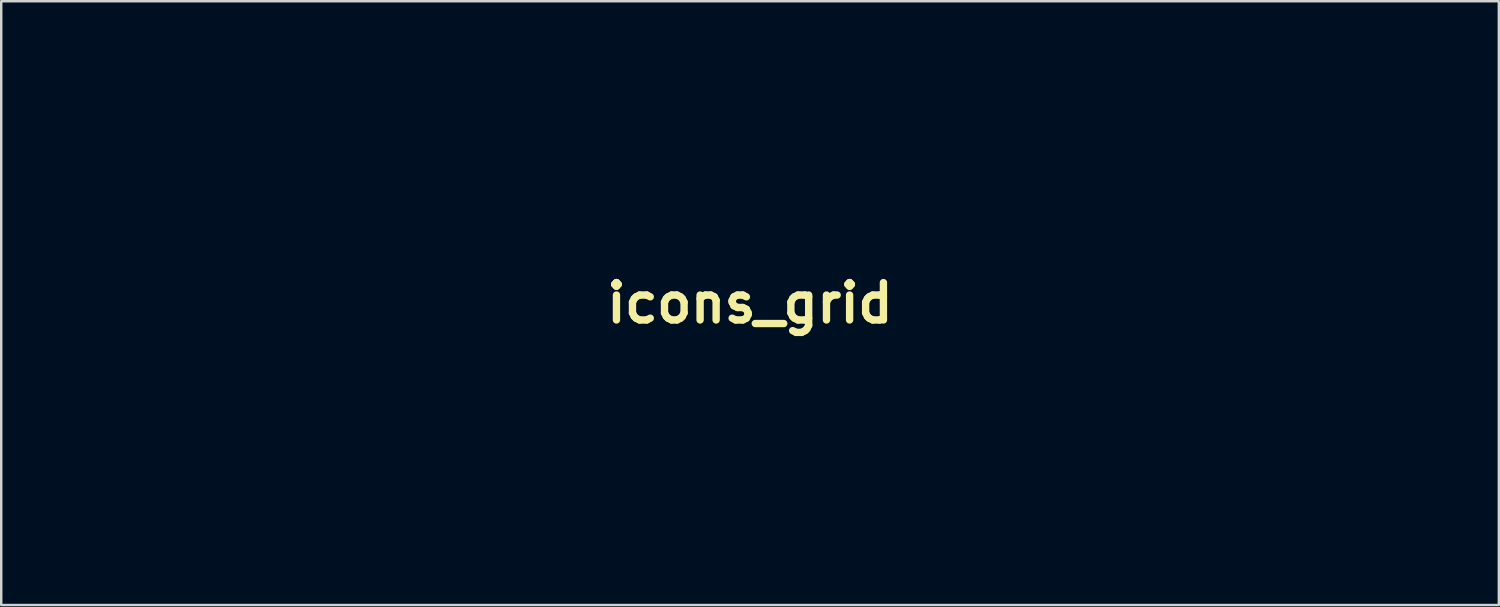
<source format=kicad_pcb>
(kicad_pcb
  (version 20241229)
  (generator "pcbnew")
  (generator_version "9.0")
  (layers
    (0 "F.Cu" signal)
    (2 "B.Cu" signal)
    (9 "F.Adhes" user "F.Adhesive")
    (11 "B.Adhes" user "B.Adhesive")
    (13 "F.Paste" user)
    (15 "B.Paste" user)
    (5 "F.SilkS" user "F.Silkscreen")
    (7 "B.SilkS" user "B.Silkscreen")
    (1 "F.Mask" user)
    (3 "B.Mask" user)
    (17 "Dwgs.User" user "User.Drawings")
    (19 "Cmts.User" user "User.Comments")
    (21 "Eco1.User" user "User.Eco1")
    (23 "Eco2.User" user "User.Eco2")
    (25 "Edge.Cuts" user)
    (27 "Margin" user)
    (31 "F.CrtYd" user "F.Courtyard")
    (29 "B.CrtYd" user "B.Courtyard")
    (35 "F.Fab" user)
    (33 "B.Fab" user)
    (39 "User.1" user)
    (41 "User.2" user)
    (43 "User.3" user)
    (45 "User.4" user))
  (footprint "icons_grid"
    (layer "F.Cu")
    (at 27.529 9.307)
    (property "Reference" "icons_grid" (at 0 0 0) (layer "F.SilkS") (effects (font (size 1.524 1.524) (thickness 0.3))))
    (attr through_hole)
    (fp_poly (pts (xy 11.102 -8.003) (xy 11.171 -7.987) (xy 11.2 -7.975) (xy 11.245 -7.95) (xy 11.287 -7.92) (xy 11.328 -7.881) (xy 11.368 -7.833) (xy 11.409 -7.774) (xy 11.453 -7.702) (xy 11.493 -7.629) (xy 11.562 -7.501) (xy 11.597 -7.495) (xy 11.626 -7.488) (xy 11.659 -7.475) (xy 11.674 -7.467) (xy 11.722 -7.433) (xy 11.757 -7.389) (xy 11.779 -7.339) (xy 11.789 -7.286) (xy 11.787 -7.231) (xy 11.772 -7.177) (xy 11.744 -7.128) (xy 11.703 -7.085) (xy 11.682 -7.069) (xy 11.663 -7.06) (xy 11.635 -7.049) (xy 11.611 -7.042) (xy 11.559 -7.028) (xy 11.496 -6.91) (xy 11.444 -6.818) (xy 11.396 -6.742) (xy 11.35 -6.679) (xy 11.306 -6.63) (xy 11.262 -6.592) (xy 11.222 -6.568) (xy 11.152 -6.541) (xy 11.073 -6.528) (xy 10.986 -6.529) (xy 10.923 -6.538) (xy 10.815 -6.567) (xy 10.715 -6.61) (xy 10.623 -6.666) (xy 10.54 -6.736) (xy 10.468 -6.816) (xy 10.407 -6.907) (xy 10.36 -7.008) (xy 10.333 -7.088) (xy 10.323 -7.145) (xy 10.316 -7.211) (xy 10.314 -7.28) (xy 10.317 -7.348) (xy 10.325 -7.408) (xy 10.329 -7.426) (xy 10.364 -7.535) (xy 10.412 -7.635) (xy 10.473 -7.725) (xy 10.546 -7.805) (xy 10.629 -7.873) (xy 10.721 -7.929) (xy 10.822 -7.97) (xy 10.929 -7.997) (xy 10.938 -7.999) (xy 11.023 -8.007) (xy 11.102 -8.003)) (stroke (width 0.01) (type solid)) (fill yes) (layer "F.Mask"))
    (fp_poly (pts (xy 14.854 -7.957) (xy 14.914 -7.943) (xy 14.97 -7.918) (xy 15.023 -7.881) (xy 15.074 -7.831) (xy 15.125 -7.768) (xy 15.177 -7.69) (xy 15.23 -7.597) (xy 15.247 -7.565) (xy 15.303 -7.458) (xy 15.349 -7.448) (xy 15.406 -7.429) (xy 15.454 -7.397) (xy 15.492 -7.357) (xy 15.519 -7.309) (xy 15.534 -7.257) (xy 15.536 -7.203) (xy 15.525 -7.149) (xy 15.5 -7.098) (xy 15.478 -7.07) (xy 15.429 -7.027) (xy 15.374 -7) (xy 15.342 -6.992) (xy 15.307 -6.986) (xy 15.242 -6.865) (xy 15.199 -6.787) (xy 15.16 -6.722) (xy 15.125 -6.669) (xy 15.092 -6.626) (xy 15.059 -6.59) (xy 15.024 -6.56) (xy 14.987 -6.534) (xy 14.934 -6.505) (xy 14.875 -6.488) (xy 14.809 -6.481) (xy 14.731 -6.484) (xy 14.727 -6.484) (xy 14.622 -6.502) (xy 14.522 -6.535) (xy 14.427 -6.582) (xy 14.34 -6.643) (xy 14.262 -6.714) (xy 14.194 -6.797) (xy 14.138 -6.888) (xy 14.096 -6.987) (xy 14.082 -7.031) (xy 14.072 -7.08) (xy 14.066 -7.139) (xy 14.063 -7.204) (xy 14.063 -7.269) (xy 14.067 -7.33) (xy 14.075 -7.381) (xy 14.079 -7.397) (xy 14.117 -7.505) (xy 14.168 -7.604) (xy 14.232 -7.693) (xy 14.307 -7.771) (xy 14.392 -7.837) (xy 14.486 -7.89) (xy 14.589 -7.929) (xy 14.697 -7.954) (xy 14.717 -7.956) (xy 14.789 -7.961) (xy 14.854 -7.957)) (stroke (width 0.01) (type solid)) (fill yes) (layer "F.Mask"))
    (fp_poly (pts (xy -26.729 -6.613) (xy -26.654 -6.593) (xy -26.586 -6.558) (xy -26.57 -6.547) (xy -26.536 -6.519) (xy -26.504 -6.488) (xy -26.473 -6.452) (xy -26.442 -6.408) (xy -26.408 -6.354) (xy -26.371 -6.289) (xy -26.335 -6.224) (xy -26.276 -6.113) (xy -26.24 -6.108) (xy -26.188 -6.093) (xy -26.139 -6.064) (xy -26.097 -6.024) (xy -26.064 -5.976) (xy -26.064 -5.976) (xy -26.05 -5.932) (xy -26.045 -5.88) (xy -26.05 -5.828) (xy -26.056 -5.806) (xy -26.079 -5.759) (xy -26.113 -5.717) (xy -26.155 -5.682) (xy -26.2 -5.66) (xy -26.204 -5.659) (xy -26.232 -5.651) (xy -26.255 -5.646) (xy -26.263 -5.645) (xy -26.274 -5.638) (xy -26.291 -5.615) (xy -26.312 -5.578) (xy -26.318 -5.567) (xy -26.366 -5.479) (xy -26.409 -5.405) (xy -26.449 -5.344) (xy -26.487 -5.295) (xy -26.511 -5.268) (xy -26.569 -5.214) (xy -26.629 -5.176) (xy -26.693 -5.151) (xy -26.764 -5.14) (xy -26.844 -5.141) (xy -26.891 -5.147) (xy -26.997 -5.17) (xy -27.097 -5.209) (xy -27.189 -5.261) (xy -27.272 -5.325) (xy -27.345 -5.399) (xy -27.408 -5.483) (xy -27.458 -5.575) (xy -27.495 -5.674) (xy -27.517 -5.778) (xy -27.524 -5.877) (xy -27.516 -5.986) (xy -27.493 -6.091) (xy -27.454 -6.19) (xy -27.403 -6.281) (xy -27.339 -6.365) (xy -27.264 -6.439) (xy -27.179 -6.502) (xy -27.085 -6.553) (xy -26.983 -6.591) (xy -26.903 -6.61) (xy -26.813 -6.619) (xy -26.729 -6.613)) (stroke (width 0.01) (type solid)) (fill yes) (layer "F.Mask"))
    (fp_poly (pts (xy 24.974 -9.293) (xy 25.029 -9.278) (xy 25.081 -9.253) (xy 25.129 -9.219) (xy 25.176 -9.173) (xy 25.223 -9.114) (xy 25.271 -9.041) (xy 25.322 -8.954) (xy 25.341 -8.918) (xy 25.363 -8.877) (xy 25.383 -8.843) (xy 25.399 -8.816) (xy 25.409 -8.801) (xy 25.412 -8.798) (xy 25.425 -8.794) (xy 25.448 -8.788) (xy 25.47 -8.781) (xy 25.521 -8.76) (xy 25.567 -8.725) (xy 25.604 -8.681) (xy 25.614 -8.663) (xy 25.627 -8.625) (xy 25.633 -8.579) (xy 25.632 -8.53) (xy 25.624 -8.485) (xy 25.614 -8.459) (xy 25.586 -8.419) (xy 25.548 -8.383) (xy 25.504 -8.354) (xy 25.458 -8.335) (xy 25.418 -8.328) (xy 25.408 -8.321) (xy 25.392 -8.298) (xy 25.371 -8.263) (xy 25.35 -8.222) (xy 25.295 -8.121) (xy 25.242 -8.036) (xy 25.189 -7.966) (xy 25.135 -7.911) (xy 25.079 -7.87) (xy 25.02 -7.841) (xy 24.956 -7.825) (xy 24.886 -7.82) (xy 24.81 -7.826) (xy 24.748 -7.837) (xy 24.642 -7.868) (xy 24.543 -7.914) (xy 24.452 -7.973) (xy 24.371 -8.046) (xy 24.3 -8.13) (xy 24.243 -8.223) (xy 24.199 -8.326) (xy 24.171 -8.432) (xy 24.159 -8.539) (xy 24.163 -8.646) (xy 24.184 -8.751) (xy 24.22 -8.853) (xy 24.272 -8.951) (xy 24.314 -9.012) (xy 24.384 -9.091) (xy 24.464 -9.159) (xy 24.553 -9.215) (xy 24.648 -9.257) (xy 24.747 -9.286) (xy 24.848 -9.3) (xy 24.914 -9.3) (xy 24.974 -9.293)) (stroke (width 0.01) (type solid)) (fill yes) (layer "F.Mask"))
    (fp_poly (pts (xy -0.859 -7.997) (xy -0.804 -7.98) (xy -0.753 -7.953) (xy -0.703 -7.916) (xy -0.655 -7.867) (xy -0.607 -7.804) (xy -0.558 -7.728) (xy -0.506 -7.636) (xy -0.486 -7.597) (xy -0.462 -7.553) (xy -0.443 -7.521) (xy -0.429 -7.503) (xy -0.423 -7.499) (xy -0.387 -7.493) (xy -0.346 -7.478) (xy -0.306 -7.456) (xy -0.282 -7.437) (xy -0.24 -7.389) (xy -0.214 -7.335) (xy -0.203 -7.279) (xy -0.208 -7.222) (xy -0.228 -7.167) (xy -0.264 -7.115) (xy -0.275 -7.104) (xy -0.317 -7.071) (xy -0.363 -7.047) (xy -0.409 -7.034) (xy -0.423 -7.033) (xy -0.432 -7.026) (xy -0.448 -7.004) (xy -0.469 -6.968) (xy -0.494 -6.921) (xy -0.545 -6.828) (xy -0.594 -6.75) (xy -0.64 -6.686) (xy -0.685 -6.635) (xy -0.73 -6.595) (xy -0.762 -6.574) (xy -0.822 -6.548) (xy -0.893 -6.532) (xy -0.97 -6.526) (xy -1.05 -6.533) (xy -1.059 -6.534) (xy -1.162 -6.559) (xy -1.261 -6.599) (xy -1.353 -6.652) (xy -1.355 -6.653) (xy -1.407 -6.691) (xy -1.451 -6.729) (xy -1.492 -6.772) (xy -1.525 -6.812) (xy -1.586 -6.902) (xy -1.632 -6.998) (xy -1.664 -7.099) (xy -1.68 -7.203) (xy -1.682 -7.308) (xy -1.669 -7.412) (xy -1.64 -7.514) (xy -1.597 -7.612) (xy -1.54 -7.702) (xy -1.469 -7.785) (xy -1.388 -7.856) (xy -1.299 -7.915) (xy -1.203 -7.96) (xy -1.104 -7.99) (xy -1.001 -8.005) (xy -0.919 -8.005) (xy -0.859 -7.997)) (stroke (width 0.01) (type solid)) (fill yes) (layer "F.Mask"))
    (fp_poly (pts (xy 0.961 -9.298) (xy 1.018 -9.285) (xy 1.071 -9.264) (xy 1.122 -9.231) (xy 1.17 -9.187) (xy 1.219 -9.13) (xy 1.268 -9.059) (xy 1.319 -8.974) (xy 1.358 -8.903) (xy 1.414 -8.796) (xy 1.45 -8.79) (xy 1.504 -8.774) (xy 1.554 -8.744) (xy 1.596 -8.702) (xy 1.627 -8.652) (xy 1.63 -8.646) (xy 1.639 -8.611) (xy 1.643 -8.566) (xy 1.64 -8.522) (xy 1.632 -8.483) (xy 1.63 -8.477) (xy 1.6 -8.425) (xy 1.557 -8.382) (xy 1.506 -8.35) (xy 1.45 -8.333) (xy 1.45 -8.333) (xy 1.414 -8.327) (xy 1.358 -8.22) (xy 1.316 -8.144) (xy 1.28 -8.081) (xy 1.246 -8.03) (xy 1.214 -7.987) (xy 1.182 -7.95) (xy 1.161 -7.929) (xy 1.105 -7.882) (xy 1.051 -7.85) (xy 0.993 -7.831) (xy 0.927 -7.822) (xy 0.889 -7.822) (xy 0.847 -7.824) (xy 0.803 -7.828) (xy 0.77 -7.833) (xy 0.663 -7.864) (xy 0.563 -7.909) (xy 0.471 -7.967) (xy 0.389 -8.037) (xy 0.318 -8.117) (xy 0.259 -8.208) (xy 0.213 -8.306) (xy 0.182 -8.412) (xy 0.182 -8.415) (xy 0.174 -8.464) (xy 0.171 -8.523) (xy 0.17 -8.586) (xy 0.173 -8.647) (xy 0.179 -8.699) (xy 0.181 -8.71) (xy 0.211 -8.812) (xy 0.256 -8.909) (xy 0.313 -8.997) (xy 0.381 -9.077) (xy 0.46 -9.147) (xy 0.546 -9.205) (xy 0.64 -9.25) (xy 0.739 -9.282) (xy 0.842 -9.299) (xy 0.899 -9.302) (xy 0.961 -9.298)) (stroke (width 0.01) (type solid)) (fill yes) (layer "F.Mask"))
    (fp_poly (pts (xy 21.223 -6.617) (xy 21.28 -6.609) (xy 21.333 -6.594) (xy 21.382 -6.57) (xy 21.429 -6.536) (xy 21.475 -6.491) (xy 21.522 -6.433) (xy 21.569 -6.362) (xy 21.619 -6.277) (xy 21.652 -6.217) (xy 21.674 -6.176) (xy 21.689 -6.148) (xy 21.701 -6.13) (xy 21.712 -6.119) (xy 21.722 -6.114) (xy 21.736 -6.11) (xy 21.742 -6.109) (xy 21.798 -6.092) (xy 21.85 -6.06) (xy 21.892 -6.017) (xy 21.923 -5.966) (xy 21.927 -5.956) (xy 21.937 -5.911) (xy 21.937 -5.86) (xy 21.928 -5.811) (xy 21.918 -5.785) (xy 21.891 -5.742) (xy 21.854 -5.704) (xy 21.809 -5.674) (xy 21.763 -5.653) (xy 21.719 -5.645) (xy 21.709 -5.638) (xy 21.693 -5.616) (xy 21.673 -5.581) (xy 21.651 -5.542) (xy 21.597 -5.443) (xy 21.545 -5.359) (xy 21.494 -5.291) (xy 21.443 -5.236) (xy 21.391 -5.195) (xy 21.336 -5.166) (xy 21.277 -5.147) (xy 21.213 -5.14) (xy 21.143 -5.142) (xy 21.096 -5.147) (xy 20.991 -5.17) (xy 20.892 -5.208) (xy 20.8 -5.259) (xy 20.718 -5.321) (xy 20.645 -5.394) (xy 20.582 -5.475) (xy 20.531 -5.564) (xy 20.493 -5.66) (xy 20.469 -5.76) (xy 20.459 -5.863) (xy 20.464 -5.969) (xy 20.469 -6) (xy 20.495 -6.104) (xy 20.535 -6.202) (xy 20.588 -6.292) (xy 20.652 -6.374) (xy 20.727 -6.445) (xy 20.809 -6.506) (xy 20.899 -6.555) (xy 20.994 -6.591) (xy 21.094 -6.612) (xy 21.197 -6.618) (xy 21.223 -6.617)) (stroke (width 0.01) (type solid)) (fill yes) (layer "F.Mask"))
    (fp_poly (pts (xy -24.923 -8.005) (xy -24.862 -7.999) (xy -24.806 -7.983) (xy -24.753 -7.958) (xy -24.703 -7.922) (xy -24.654 -7.873) (xy -24.606 -7.813) (xy -24.556 -7.738) (xy -24.504 -7.648) (xy -24.483 -7.608) (xy -24.427 -7.501) (xy -24.391 -7.495) (xy -24.336 -7.479) (xy -24.285 -7.448) (xy -24.243 -7.406) (xy -24.212 -7.356) (xy -24.211 -7.352) (xy -24.202 -7.319) (xy -24.199 -7.277) (xy -24.2 -7.234) (xy -24.207 -7.198) (xy -24.208 -7.193) (xy -24.236 -7.138) (xy -24.276 -7.093) (xy -24.327 -7.06) (xy -24.381 -7.041) (xy -24.427 -7.031) (xy -24.474 -6.941) (xy -24.522 -6.854) (xy -24.565 -6.781) (xy -24.605 -6.72) (xy -24.643 -6.671) (xy -24.681 -6.631) (xy -24.719 -6.599) (xy -24.759 -6.573) (xy -24.779 -6.562) (xy -24.81 -6.548) (xy -24.834 -6.539) (xy -24.858 -6.533) (xy -24.888 -6.531) (xy -24.928 -6.529) (xy -24.967 -6.529) (xy -25.002 -6.529) (xy -25.027 -6.53) (xy -25.036 -6.531) (xy -25.152 -6.561) (xy -25.258 -6.604) (xy -25.355 -6.66) (xy -25.44 -6.728) (xy -25.514 -6.807) (xy -25.576 -6.897) (xy -25.625 -6.998) (xy -25.655 -7.088) (xy -25.667 -7.151) (xy -25.673 -7.223) (xy -25.673 -7.299) (xy -25.668 -7.372) (xy -25.657 -7.437) (xy -25.655 -7.444) (xy -25.62 -7.546) (xy -25.571 -7.641) (xy -25.511 -7.728) (xy -25.44 -7.805) (xy -25.36 -7.871) (xy -25.272 -7.925) (xy -25.178 -7.966) (xy -25.079 -7.993) (xy -24.977 -8.005) (xy -24.923 -8.005)) (stroke (width 0.01) (type solid)) (fill yes) (layer "F.Mask"))
    (fp_poly (pts (xy 26.827 -7.959) (xy 26.903 -7.943) (xy 26.974 -7.91) (xy 27.04 -7.861) (xy 27.101 -7.797) (xy 27.138 -7.746) (xy 27.156 -7.717) (xy 27.179 -7.679) (xy 27.204 -7.634) (xy 27.23 -7.588) (xy 27.238 -7.573) (xy 27.261 -7.53) (xy 27.279 -7.498) (xy 27.292 -7.477) (xy 27.302 -7.465) (xy 27.312 -7.457) (xy 27.323 -7.454) (xy 27.334 -7.452) (xy 27.392 -7.434) (xy 27.443 -7.403) (xy 27.484 -7.361) (xy 27.513 -7.311) (xy 27.529 -7.254) (xy 27.531 -7.204) (xy 27.519 -7.144) (xy 27.492 -7.091) (xy 27.453 -7.047) (xy 27.403 -7.014) (xy 27.344 -6.993) (xy 27.323 -6.989) (xy 27.314 -6.986) (xy 27.303 -6.976) (xy 27.29 -6.957) (xy 27.272 -6.928) (xy 27.249 -6.887) (xy 27.235 -6.86) (xy 27.183 -6.766) (xy 27.133 -6.688) (xy 27.085 -6.624) (xy 27.038 -6.574) (xy 26.989 -6.535) (xy 26.938 -6.508) (xy 26.882 -6.49) (xy 26.821 -6.482) (xy 26.753 -6.482) (xy 26.725 -6.484) (xy 26.623 -6.5) (xy 26.524 -6.532) (xy 26.43 -6.579) (xy 26.343 -6.638) (xy 26.264 -6.708) (xy 26.195 -6.789) (xy 26.138 -6.879) (xy 26.119 -6.919) (xy 26.081 -7.021) (xy 26.06 -7.127) (xy 26.054 -7.233) (xy 26.064 -7.338) (xy 26.09 -7.441) (xy 26.13 -7.541) (xy 26.185 -7.634) (xy 26.254 -7.721) (xy 26.258 -7.725) (xy 26.341 -7.802) (xy 26.431 -7.863) (xy 26.529 -7.91) (xy 26.635 -7.942) (xy 26.746 -7.96) (xy 26.827 -7.959)) (stroke (width 0.01) (type solid)) (fill yes) (layer "F.Mask"))
    (fp_poly (pts (xy 9.286 -6.609) (xy 9.34 -6.594) (xy 9.39 -6.568) (xy 9.438 -6.532) (xy 9.485 -6.484) (xy 9.533 -6.424) (xy 9.581 -6.349) (xy 9.633 -6.261) (xy 9.662 -6.207) (xy 9.711 -6.113) (xy 9.748 -6.108) (xy 9.802 -6.092) (xy 9.85 -6.063) (xy 9.891 -6.022) (xy 9.922 -5.974) (xy 9.941 -5.92) (xy 9.945 -5.878) (xy 9.937 -5.822) (xy 9.914 -5.769) (xy 9.879 -5.722) (xy 9.834 -5.685) (xy 9.781 -5.659) (xy 9.745 -5.65) (xy 9.731 -5.647) (xy 9.72 -5.643) (xy 9.71 -5.634) (xy 9.699 -5.619) (xy 9.684 -5.595) (xy 9.665 -5.56) (xy 9.654 -5.538) (xy 9.611 -5.46) (xy 9.573 -5.395) (xy 9.538 -5.342) (xy 9.505 -5.298) (xy 9.471 -5.261) (xy 9.46 -5.25) (xy 9.4 -5.2) (xy 9.336 -5.166) (xy 9.268 -5.145) (xy 9.192 -5.139) (xy 9.108 -5.145) (xy 9.103 -5.146) (xy 8.993 -5.171) (xy 8.889 -5.211) (xy 8.794 -5.265) (xy 8.708 -5.332) (xy 8.633 -5.411) (xy 8.569 -5.501) (xy 8.532 -5.57) (xy 8.507 -5.63) (xy 8.489 -5.684) (xy 8.477 -5.738) (xy 8.469 -5.8) (xy 8.467 -5.845) (xy 8.469 -5.957) (xy 8.487 -6.064) (xy 8.521 -6.166) (xy 8.571 -6.261) (xy 8.637 -6.351) (xy 8.662 -6.379) (xy 8.734 -6.448) (xy 8.81 -6.504) (xy 8.897 -6.55) (xy 8.897 -6.55) (xy 8.969 -6.58) (xy 9.038 -6.6) (xy 9.111 -6.612) (xy 9.163 -6.616) (xy 9.228 -6.617) (xy 9.286 -6.609)) (stroke (width 0.01) (type solid)) (fill yes) (layer "F.Mask"))
    (fp_poly (pts (xy 12.987 -9.292) (xy 13.041 -9.275) (xy 13.092 -9.249) (xy 13.14 -9.212) (xy 13.188 -9.163) (xy 13.236 -9.101) (xy 13.285 -9.025) (xy 13.337 -8.935) (xy 13.357 -8.898) (xy 13.381 -8.853) (xy 13.401 -8.819) (xy 13.416 -8.8) (xy 13.424 -8.794) (xy 13.439 -8.792) (xy 13.464 -8.786) (xy 13.483 -8.781) (xy 13.53 -8.759) (xy 13.573 -8.724) (xy 13.608 -8.68) (xy 13.63 -8.632) (xy 13.631 -8.629) (xy 13.641 -8.568) (xy 13.635 -8.51) (xy 13.615 -8.456) (xy 13.582 -8.409) (xy 13.539 -8.371) (xy 13.486 -8.344) (xy 13.444 -8.333) (xy 13.431 -8.331) (xy 13.42 -8.326) (xy 13.41 -8.318) (xy 13.399 -8.303) (xy 13.385 -8.28) (xy 13.367 -8.245) (xy 13.351 -8.216) (xy 13.301 -8.125) (xy 13.255 -8.049) (xy 13.211 -7.986) (xy 13.167 -7.936) (xy 13.124 -7.896) (xy 13.079 -7.866) (xy 13.032 -7.845) (xy 12.997 -7.834) (xy 12.947 -7.825) (xy 12.888 -7.822) (xy 12.827 -7.824) (xy 12.787 -7.829) (xy 12.681 -7.855) (xy 12.583 -7.894) (xy 12.493 -7.946) (xy 12.413 -8.008) (xy 12.344 -8.08) (xy 12.284 -8.159) (xy 12.236 -8.246) (xy 12.2 -8.337) (xy 12.176 -8.433) (xy 12.164 -8.531) (xy 12.166 -8.631) (xy 12.182 -8.73) (xy 12.213 -8.828) (xy 12.259 -8.923) (xy 12.307 -8.997) (xy 12.378 -9.08) (xy 12.459 -9.152) (xy 12.549 -9.21) (xy 12.644 -9.255) (xy 12.744 -9.285) (xy 12.847 -9.3) (xy 12.929 -9.3) (xy 12.987 -9.292)) (stroke (width 0.01) (type solid)) (fill yes) (layer "F.Mask"))
    (fp_poly (pts (xy -23.028 -9.297) (xy -22.957 -9.278) (xy -22.891 -9.245) (xy -22.83 -9.196) (xy -22.773 -9.131) (xy -22.739 -9.083) (xy -22.713 -9.042) (xy -22.684 -8.992) (xy -22.654 -8.94) (xy -22.631 -8.898) (xy -22.607 -8.853) (xy -22.587 -8.82) (xy -22.572 -8.8) (xy -22.564 -8.794) (xy -22.549 -8.792) (xy -22.524 -8.786) (xy -22.506 -8.781) (xy -22.457 -8.758) (xy -22.414 -8.722) (xy -22.379 -8.676) (xy -22.355 -8.625) (xy -22.345 -8.571) (xy -22.345 -8.561) (xy -22.353 -8.505) (xy -22.375 -8.452) (xy -22.41 -8.405) (xy -22.455 -8.368) (xy -22.508 -8.342) (xy -22.545 -8.332) (xy -22.559 -8.329) (xy -22.569 -8.325) (xy -22.579 -8.315) (xy -22.591 -8.299) (xy -22.606 -8.273) (xy -22.626 -8.235) (xy -22.632 -8.224) (xy -22.677 -8.141) (xy -22.717 -8.072) (xy -22.755 -8.015) (xy -22.791 -7.968) (xy -22.827 -7.93) (xy -22.864 -7.898) (xy -22.872 -7.891) (xy -22.937 -7.853) (xy -23.011 -7.83) (xy -23.093 -7.821) (xy -23.182 -7.826) (xy -23.201 -7.829) (xy -23.307 -7.855) (xy -23.407 -7.896) (xy -23.498 -7.949) (xy -23.58 -8.015) (xy -23.653 -8.09) (xy -23.713 -8.175) (xy -23.762 -8.267) (xy -23.797 -8.366) (xy -23.818 -8.47) (xy -23.824 -8.578) (xy -23.823 -8.599) (xy -23.809 -8.709) (xy -23.779 -8.813) (xy -23.736 -8.911) (xy -23.679 -9) (xy -23.61 -9.081) (xy -23.531 -9.15) (xy -23.442 -9.209) (xy -23.344 -9.254) (xy -23.238 -9.286) (xy -23.196 -9.294) (xy -23.108 -9.302) (xy -23.028 -9.297)) (stroke (width 0.01) (type solid)) (fill yes) (layer "F.Mask"))
    (fp_poly (pts (xy 2.885 -7.951) (xy 2.951 -7.929) (xy 3.012 -7.892) (xy 3.064 -7.846) (xy 3.094 -7.814) (xy 3.123 -7.778) (xy 3.153 -7.735) (xy 3.184 -7.684) (xy 3.22 -7.622) (xy 3.252 -7.563) (xy 3.305 -7.461) (xy 3.358 -7.448) (xy 3.418 -7.424) (xy 3.468 -7.389) (xy 3.506 -7.344) (xy 3.53 -7.29) (xy 3.539 -7.229) (xy 3.539 -7.224) (xy 3.532 -7.162) (xy 3.509 -7.105) (xy 3.476 -7.06) (xy 3.447 -7.036) (xy 3.411 -7.014) (xy 3.374 -6.998) (xy 3.342 -6.991) (xy 3.339 -6.991) (xy 3.328 -6.99) (xy 3.319 -6.986) (xy 3.31 -6.977) (xy 3.298 -6.96) (xy 3.283 -6.933) (xy 3.262 -6.894) (xy 3.254 -6.879) (xy 3.201 -6.782) (xy 3.15 -6.701) (xy 3.101 -6.634) (xy 3.053 -6.58) (xy 3.003 -6.539) (xy 2.951 -6.51) (xy 2.895 -6.491) (xy 2.834 -6.482) (xy 2.767 -6.481) (xy 2.721 -6.484) (xy 2.617 -6.503) (xy 2.517 -6.538) (xy 2.422 -6.587) (xy 2.335 -6.649) (xy 2.258 -6.724) (xy 2.191 -6.808) (xy 2.137 -6.901) (xy 2.113 -6.954) (xy 2.095 -7.001) (xy 2.083 -7.044) (xy 2.075 -7.091) (xy 2.071 -7.143) (xy 2.07 -7.208) (xy 2.07 -7.22) (xy 2.071 -7.286) (xy 2.074 -7.341) (xy 2.081 -7.388) (xy 2.093 -7.432) (xy 2.11 -7.477) (xy 2.133 -7.529) (xy 2.137 -7.538) (xy 2.193 -7.635) (xy 2.261 -7.721) (xy 2.341 -7.795) (xy 2.43 -7.857) (xy 2.528 -7.905) (xy 2.633 -7.939) (xy 2.73 -7.957) (xy 2.813 -7.96) (xy 2.885 -7.951)) (stroke (width 0.01) (type solid)) (fill yes) (layer "F.Mask"))
    (fp_poly (pts (xy -2.765 -6.614) (xy -2.733 -6.613) (xy -2.709 -6.61) (xy -2.689 -6.605) (xy -2.668 -6.597) (xy -2.647 -6.587) (xy -2.599 -6.56) (xy -2.553 -6.525) (xy -2.509 -6.481) (xy -2.465 -6.426) (xy -2.42 -6.358) (xy -2.372 -6.276) (xy -2.341 -6.219) (xy -2.317 -6.175) (xy -2.3 -6.145) (xy -2.287 -6.125) (xy -2.276 -6.115) (xy -2.267 -6.111) (xy -2.265 -6.111) (xy -2.231 -6.105) (xy -2.191 -6.09) (xy -2.153 -6.069) (xy -2.134 -6.055) (xy -2.093 -6.009) (xy -2.066 -5.957) (xy -2.054 -5.9) (xy -2.056 -5.841) (xy -2.074 -5.784) (xy -2.093 -5.749) (xy -2.127 -5.712) (xy -2.17 -5.68) (xy -2.217 -5.658) (xy -2.247 -5.65) (xy -2.285 -5.644) (xy -2.333 -5.554) (xy -2.375 -5.476) (xy -2.413 -5.411) (xy -2.447 -5.357) (xy -2.481 -5.312) (xy -2.514 -5.273) (xy -2.526 -5.26) (xy -2.582 -5.21) (xy -2.639 -5.173) (xy -2.701 -5.15) (xy -2.768 -5.14) (xy -2.845 -5.141) (xy -2.899 -5.147) (xy -3.003 -5.17) (xy -3.102 -5.209) (xy -3.196 -5.262) (xy -3.281 -5.327) (xy -3.356 -5.403) (xy -3.42 -5.489) (xy -3.471 -5.582) (xy -3.482 -5.61) (xy -3.513 -5.712) (xy -3.529 -5.818) (xy -3.53 -5.925) (xy -3.516 -6.032) (xy -3.486 -6.134) (xy -3.463 -6.19) (xy -3.432 -6.25) (xy -3.398 -6.302) (xy -3.358 -6.352) (xy -3.311 -6.401) (xy -3.227 -6.474) (xy -3.133 -6.534) (xy -3.031 -6.579) (xy -2.983 -6.595) (xy -2.946 -6.604) (xy -2.909 -6.61) (xy -2.868 -6.613) (xy -2.815 -6.614) (xy -2.81 -6.614) (xy -2.765 -6.614)) (stroke (width 0.01) (type solid)) (fill yes) (layer "F.Mask"))
    (fp_poly (pts (xy 23.136 -7.996) (xy 23.16 -7.99) (xy 23.206 -7.972) (xy 23.25 -7.947) (xy 23.292 -7.914) (xy 23.333 -7.871) (xy 23.375 -7.817) (xy 23.419 -7.751) (xy 23.466 -7.672) (xy 23.516 -7.579) (xy 23.556 -7.502) (xy 23.605 -7.492) (xy 23.661 -7.473) (xy 23.708 -7.44) (xy 23.746 -7.398) (xy 23.773 -7.348) (xy 23.787 -7.292) (xy 23.785 -7.235) (xy 23.784 -7.225) (xy 23.763 -7.166) (xy 23.729 -7.115) (xy 23.683 -7.075) (xy 23.627 -7.048) (xy 23.601 -7.041) (xy 23.556 -7.031) (xy 23.495 -6.916) (xy 23.446 -6.827) (xy 23.4 -6.752) (xy 23.355 -6.691) (xy 23.312 -6.642) (xy 23.268 -6.603) (xy 23.222 -6.572) (xy 23.194 -6.558) (xy 23.164 -6.545) (xy 23.137 -6.536) (xy 23.108 -6.532) (xy 23.07 -6.529) (xy 23.056 -6.529) (xy 23.015 -6.529) (xy 22.975 -6.53) (xy 22.943 -6.533) (xy 22.934 -6.534) (xy 22.827 -6.561) (xy 22.726 -6.603) (xy 22.633 -6.658) (xy 22.548 -6.724) (xy 22.475 -6.802) (xy 22.413 -6.888) (xy 22.365 -6.983) (xy 22.36 -6.995) (xy 22.339 -7.056) (xy 22.324 -7.112) (xy 22.316 -7.167) (xy 22.312 -7.228) (xy 22.313 -7.296) (xy 22.315 -7.347) (xy 22.318 -7.386) (xy 22.324 -7.419) (xy 22.331 -7.452) (xy 22.343 -7.488) (xy 22.343 -7.491) (xy 22.368 -7.555) (xy 22.399 -7.619) (xy 22.432 -7.677) (xy 22.455 -7.709) (xy 22.486 -7.746) (xy 22.527 -7.787) (xy 22.572 -7.828) (xy 22.615 -7.864) (xy 22.645 -7.886) (xy 22.723 -7.931) (xy 22.807 -7.966) (xy 22.894 -7.99) (xy 22.979 -8.004) (xy 23.061 -8.006) (xy 23.136 -7.996)) (stroke (width 0.01) (type solid)) (fill yes) (layer "F.Mask"))
    (fp_poly (pts (xy -21.135 -7.957) (xy -21.073 -7.942) (xy -21.015 -7.916) (xy -20.961 -7.877) (xy -20.908 -7.825) (xy -20.857 -7.759) (xy -20.804 -7.678) (xy -20.749 -7.581) (xy -20.741 -7.565) (xy -20.685 -7.458) (xy -20.639 -7.448) (xy -20.584 -7.429) (xy -20.535 -7.396) (xy -20.494 -7.354) (xy -20.466 -7.304) (xy -20.452 -7.256) (xy -20.451 -7.197) (xy -20.466 -7.141) (xy -20.493 -7.09) (xy -20.531 -7.047) (xy -20.579 -7.015) (xy -20.624 -6.998) (xy -20.65 -6.992) (xy -20.669 -6.988) (xy -20.674 -6.986) (xy -20.681 -6.978) (xy -20.694 -6.958) (xy -20.712 -6.928) (xy -20.732 -6.891) (xy -20.744 -6.869) (xy -20.797 -6.773) (xy -20.847 -6.693) (xy -20.896 -6.628) (xy -20.944 -6.576) (xy -20.991 -6.537) (xy -21.035 -6.513) (xy -21.062 -6.503) (xy -21.097 -6.493) (xy -21.135 -6.484) (xy -21.168 -6.478) (xy -21.193 -6.476) (xy -21.198 -6.476) (xy -21.21 -6.477) (xy -21.234 -6.48) (xy -21.264 -6.483) (xy -21.265 -6.484) (xy -21.374 -6.504) (xy -21.477 -6.539) (xy -21.573 -6.589) (xy -21.66 -6.652) (xy -21.738 -6.728) (xy -21.805 -6.815) (xy -21.86 -6.913) (xy -21.861 -6.916) (xy -21.887 -6.976) (xy -21.905 -7.031) (xy -21.917 -7.085) (xy -21.923 -7.145) (xy -21.925 -7.215) (xy -21.925 -7.22) (xy -21.923 -7.291) (xy -21.917 -7.352) (xy -21.906 -7.406) (xy -21.888 -7.46) (xy -21.863 -7.52) (xy -21.862 -7.521) (xy -21.824 -7.595) (xy -21.782 -7.658) (xy -21.732 -7.718) (xy -21.716 -7.735) (xy -21.631 -7.81) (xy -21.539 -7.87) (xy -21.442 -7.915) (xy -21.361 -7.938) (xy -21.278 -7.954) (xy -21.203 -7.961) (xy -21.135 -7.957)) (stroke (width 0.01) (type solid)) (fill yes) (layer "F.Mask"))
    (fp_poly (pts (xy -23.24 4.615) (xy -23.188 4.649) (xy -23.146 4.694) (xy -23.121 4.734) (xy -23.117 4.742) (xy -23.113 4.75) (xy -23.11 4.76) (xy -23.108 4.773) (xy -23.106 4.791) (xy -23.105 4.814) (xy -23.104 4.845) (xy -23.103 4.885) (xy -23.102 4.936) (xy -23.102 4.998) (xy -23.102 5.074) (xy -23.102 5.165) (xy -23.102 5.197) (xy -23.102 5.625) (xy -23.128 5.675) (xy -23.159 5.721) (xy -23.199 5.76) (xy -23.245 5.788) (xy -23.267 5.797) (xy -23.328 5.807) (xy -23.389 5.802) (xy -23.445 5.784) (xy -23.496 5.753) (xy -23.537 5.711) (xy -23.567 5.659) (xy -23.576 5.635) (xy -23.58 5.619) (xy -23.583 5.597) (xy -23.585 5.569) (xy -23.587 5.533) (xy -23.588 5.485) (xy -23.589 5.425) (xy -23.589 5.35) (xy -23.589 5.335) (xy -23.589 5.078) (xy -27.034 5.078) (xy -27.034 5.326) (xy -27.034 5.41) (xy -27.035 5.479) (xy -27.037 5.535) (xy -27.04 5.579) (xy -27.045 5.615) (xy -27.051 5.644) (xy -27.06 5.667) (xy -27.07 5.688) (xy -27.082 5.704) (xy -27.108 5.736) (xy -27.134 5.759) (xy -27.169 5.779) (xy -27.182 5.786) (xy -27.228 5.8) (xy -27.282 5.806) (xy -27.336 5.801) (xy -27.369 5.793) (xy -27.413 5.769) (xy -27.455 5.734) (xy -27.489 5.69) (xy -27.497 5.676) (xy -27.52 5.633) (xy -27.523 5.215) (xy -27.523 5.114) (xy -27.523 5.029) (xy -27.523 4.957) (xy -27.523 4.898) (xy -27.521 4.85) (xy -27.519 4.811) (xy -27.516 4.78) (xy -27.511 4.756) (xy -27.505 4.736) (xy -27.497 4.72) (xy -27.488 4.706) (xy -27.477 4.692) (xy -27.464 4.677) (xy -27.436 4.651) (xy -27.401 4.626) (xy -27.382 4.615) (xy -27.334 4.592) (xy -23.288 4.592) (xy -23.24 4.615)) (stroke (width 0.01) (type solid)) (fill yes) (layer "F.Mask"))
    (fp_poly (pts (xy -23.25 2.714) (xy -23.193 2.748) (xy -23.148 2.795) (xy -23.125 2.83) (xy -23.102 2.873) (xy -23.1 3.283) (xy -23.099 3.379) (xy -23.099 3.46) (xy -23.099 3.527) (xy -23.099 3.582) (xy -23.1 3.626) (xy -23.101 3.66) (xy -23.103 3.687) (xy -23.105 3.708) (xy -23.107 3.724) (xy -23.11 3.736) (xy -23.11 3.737) (xy -23.135 3.794) (xy -23.173 3.841) (xy -23.225 3.879) (xy -23.232 3.883) (xy -23.266 3.899) (xy -23.295 3.907) (xy -23.327 3.91) (xy -23.343 3.91) (xy -23.405 3.902) (xy -23.462 3.88) (xy -23.511 3.844) (xy -23.549 3.797) (xy -23.575 3.741) (xy -23.576 3.738) (xy -23.58 3.722) (xy -23.583 3.7) (xy -23.585 3.671) (xy -23.587 3.633) (xy -23.588 3.583) (xy -23.589 3.521) (xy -23.589 3.444) (xy -23.589 3.182) (xy -27.032 3.182) (xy -27.035 3.451) (xy -27.036 3.526) (xy -27.037 3.586) (xy -27.038 3.633) (xy -27.039 3.669) (xy -27.041 3.696) (xy -27.043 3.717) (xy -27.046 3.732) (xy -27.05 3.745) (xy -27.055 3.757) (xy -27.057 3.762) (xy -27.087 3.811) (xy -27.127 3.854) (xy -27.172 3.886) (xy -27.173 3.887) (xy -27.204 3.898) (xy -27.246 3.905) (xy -27.29 3.908) (xy -27.332 3.906) (xy -27.36 3.901) (xy -27.399 3.881) (xy -27.439 3.85) (xy -27.474 3.813) (xy -27.494 3.783) (xy -27.52 3.737) (xy -27.523 3.319) (xy -27.523 3.218) (xy -27.523 3.132) (xy -27.523 3.061) (xy -27.523 3.002) (xy -27.521 2.954) (xy -27.519 2.915) (xy -27.515 2.884) (xy -27.511 2.859) (xy -27.504 2.839) (xy -27.496 2.823) (xy -27.487 2.808) (xy -27.475 2.794) (xy -27.461 2.778) (xy -27.461 2.778) (xy -27.426 2.746) (xy -27.388 2.72) (xy -27.379 2.716) (xy -27.334 2.696) (xy -23.288 2.696) (xy -23.25 2.714)) (stroke (width 0.01) (type solid)) (fill yes) (layer "F.Mask"))
    (fp_poly (pts (xy -13.772 -9.298) (xy -13.718 -9.282) (xy -13.668 -9.251) (xy -13.667 -9.251) (xy -13.646 -9.229) (xy -13.625 -9.199) (xy -13.613 -9.177) (xy -13.589 -9.128) (xy -13.589 -7.579) (xy -13.589 -7.389) (xy -13.589 -7.215) (xy -13.589 -7.056) (xy -13.589 -6.912) (xy -13.589 -6.781) (xy -13.589 -6.665) (xy -13.589 -6.56) (xy -13.59 -6.468) (xy -13.59 -6.386) (xy -13.59 -6.315) (xy -13.591 -6.253) (xy -13.591 -6.201) (xy -13.592 -6.156) (xy -13.593 -6.119) (xy -13.594 -6.088) (xy -13.595 -6.064) (xy -13.596 -6.044) (xy -13.597 -6.029) (xy -13.599 -6.018) (xy -13.6 -6.01) (xy -13.602 -6.004) (xy -13.603 -5.999) (xy -13.635 -5.95) (xy -13.677 -5.909) (xy -13.716 -5.885) (xy -13.758 -5.866) (xy -14.558 -5.866) (xy -14.709 -5.867) (xy -14.844 -5.867) (xy -14.962 -5.867) (xy -15.065 -5.868) (xy -15.153 -5.869) (xy -15.227 -5.87) (xy -15.286 -5.871) (xy -15.331 -5.872) (xy -15.363 -5.874) (xy -15.382 -5.876) (xy -15.387 -5.877) (xy -15.408 -5.887) (xy -15.435 -5.906) (xy -15.461 -5.929) (xy -15.499 -5.977) (xy -15.522 -6.03) (xy -15.529 -6.087) (xy -15.527 -6.11) (xy -15.524 -6.119) (xy -15.518 -6.136) (xy -15.507 -6.162) (xy -15.491 -6.195) (xy -15.471 -6.239) (xy -15.446 -6.291) (xy -15.415 -6.354) (xy -15.38 -6.428) (xy -15.338 -6.512) (xy -15.291 -6.608) (xy -15.238 -6.716) (xy -15.179 -6.836) (xy -15.113 -6.969) (xy -15.04 -7.115) (xy -14.961 -7.275) (xy -14.874 -7.449) (xy -14.78 -7.637) (xy -14.762 -7.673) (xy -14.686 -7.825) (xy -14.613 -7.972) (xy -14.541 -8.115) (xy -14.472 -8.252) (xy -14.406 -8.384) (xy -14.344 -8.508) (xy -14.285 -8.625) (xy -14.23 -8.734) (xy -14.179 -8.834) (xy -14.133 -8.924) (xy -14.093 -9.004) (xy -14.058 -9.073) (xy -14.029 -9.13) (xy -14.006 -9.174) (xy -13.99 -9.204) (xy -13.98 -9.221) (xy -13.979 -9.224) (xy -13.935 -9.262) (xy -13.885 -9.288) (xy -13.829 -9.299) (xy -13.772 -9.298)) (stroke (width 0.01) (type solid)) (fill yes) (layer "F.Mask"))
    (fp_poly (pts (xy -12.415 -9.288) (xy -12.364 -9.264) (xy -12.321 -9.226) (xy -12.318 -9.222) (xy -12.311 -9.21) (xy -12.297 -9.184) (xy -12.277 -9.145) (xy -12.252 -9.094) (xy -12.222 -9.032) (xy -12.187 -8.96) (xy -12.149 -8.881) (xy -12.107 -8.793) (xy -12.063 -8.7) (xy -12.016 -8.601) (xy -11.968 -8.499) (xy -11.968 -8.498) (xy -11.642 -7.804) (xy -11.324 -7.804) (xy -11.234 -7.804) (xy -11.16 -7.803) (xy -11.099 -7.802) (xy -11.05 -7.8) (xy -11.01 -7.798) (xy -10.979 -7.794) (xy -10.955 -7.788) (xy -10.935 -7.782) (xy -10.919 -7.773) (xy -10.904 -7.763) (xy -10.893 -7.754) (xy -10.872 -7.732) (xy -10.849 -7.703) (xy -10.838 -7.684) (xy -10.813 -7.639) (xy -10.81 -6.852) (xy -10.81 -6.714) (xy -10.809 -6.591) (xy -10.809 -6.483) (xy -10.809 -6.389) (xy -10.809 -6.307) (xy -10.81 -6.237) (xy -10.811 -6.178) (xy -10.813 -6.129) (xy -10.815 -6.088) (xy -10.818 -6.055) (xy -10.821 -6.028) (xy -10.826 -6.007) (xy -10.831 -5.99) (xy -10.837 -5.976) (xy -10.845 -5.965) (xy -10.853 -5.955) (xy -10.863 -5.945) (xy -10.874 -5.934) (xy -10.879 -5.93) (xy -10.915 -5.899) (xy -10.948 -5.879) (xy -10.957 -5.876) (xy -10.968 -5.874) (xy -10.987 -5.872) (xy -11.016 -5.871) (xy -11.054 -5.87) (xy -11.103 -5.868) (xy -11.164 -5.868) (xy -11.237 -5.867) (xy -11.323 -5.866) (xy -11.424 -5.866) (xy -11.539 -5.866) (xy -11.67 -5.866) (xy -11.766 -5.866) (xy -11.898 -5.866) (xy -12.014 -5.866) (xy -12.115 -5.866) (xy -12.203 -5.866) (xy -12.278 -5.866) (xy -12.341 -5.867) (xy -12.394 -5.867) (xy -12.437 -5.868) (xy -12.473 -5.869) (xy -12.501 -5.87) (xy -12.522 -5.871) (xy -12.539 -5.873) (xy -12.551 -5.875) (xy -12.561 -5.877) (xy -12.569 -5.879) (xy -12.576 -5.882) (xy -12.577 -5.883) (xy -12.624 -5.911) (xy -12.661 -5.948) (xy -12.686 -5.988) (xy -12.708 -6.03) (xy -12.708 -9.128) (xy -12.685 -9.177) (xy -12.666 -9.208) (xy -12.645 -9.236) (xy -12.63 -9.251) (xy -12.581 -9.281) (xy -12.526 -9.297) (xy -12.47 -9.3) (xy -12.415 -9.288)) (stroke (width 0.01) (type solid)) (fill yes) (layer "F.Mask"))
    (fp_poly (pts (xy -9.715 -7.799) (xy -9.682 -7.791) (xy -9.675 -7.789) (xy -9.667 -7.785) (xy -9.658 -7.78) (xy -9.648 -7.772) (xy -9.635 -7.762) (xy -9.618 -7.748) (xy -9.599 -7.731) (xy -9.574 -7.708) (xy -9.545 -7.68) (xy -9.51 -7.646) (xy -9.468 -7.606) (xy -9.42 -7.559) (xy -9.364 -7.503) (xy -9.3 -7.44) (xy -9.226 -7.367) (xy -9.144 -7.285) (xy -9.051 -7.192) (xy -8.947 -7.089) (xy -8.855 -6.997) (xy -8.732 -6.873) (xy -8.62 -6.762) (xy -8.52 -6.661) (xy -8.431 -6.571) (xy -8.352 -6.492) (xy -8.283 -6.422) (xy -8.224 -6.362) (xy -8.175 -6.311) (xy -8.135 -6.269) (xy -8.103 -6.235) (xy -8.08 -6.209) (xy -8.064 -6.191) (xy -8.056 -6.18) (xy -8.055 -6.179) (xy -8.043 -6.149) (xy -8.038 -6.115) (xy -8.037 -6.081) (xy -8.042 -6.026) (xy -8.059 -5.981) (xy -8.089 -5.94) (xy -8.108 -5.922) (xy -8.118 -5.913) (xy -8.126 -5.905) (xy -8.135 -5.897) (xy -8.145 -5.891) (xy -8.156 -5.886) (xy -8.171 -5.881) (xy -8.189 -5.877) (xy -8.213 -5.874) (xy -8.243 -5.872) (xy -8.28 -5.87) (xy -8.325 -5.868) (xy -8.379 -5.867) (xy -8.444 -5.866) (xy -8.52 -5.866) (xy -8.609 -5.866) (xy -8.711 -5.865) (xy -8.828 -5.865) (xy -8.96 -5.866) (xy -9.004 -5.866) (xy -9.805 -5.866) (xy -9.848 -5.885) (xy -9.895 -5.916) (xy -9.936 -5.959) (xy -9.96 -5.999) (xy -9.962 -6.005) (xy -9.965 -6.013) (xy -9.966 -6.024) (xy -9.968 -6.038) (xy -9.97 -6.058) (xy -9.971 -6.083) (xy -9.972 -6.115) (xy -9.973 -6.156) (xy -9.973 -6.205) (xy -9.974 -6.265) (xy -9.974 -6.335) (xy -9.974 -6.418) (xy -9.975 -6.514) (xy -9.975 -6.624) (xy -9.975 -6.749) (xy -9.975 -6.83) (xy -9.975 -6.965) (xy -9.975 -7.083) (xy -9.975 -7.186) (xy -9.974 -7.276) (xy -9.974 -7.353) (xy -9.974 -7.419) (xy -9.973 -7.474) (xy -9.973 -7.519) (xy -9.972 -7.556) (xy -9.971 -7.585) (xy -9.97 -7.608) (xy -9.968 -7.625) (xy -9.966 -7.639) (xy -9.964 -7.649) (xy -9.962 -7.657) (xy -9.959 -7.664) (xy -9.957 -7.669) (xy -9.924 -7.721) (xy -9.881 -7.761) (xy -9.83 -7.788) (xy -9.774 -7.801) (xy -9.715 -7.799)) (stroke (width 0.01) (type solid)) (fill yes) (layer "F.Mask"))
    (fp_poly (pts (xy -23.29 6.558) (xy -23.262 6.576) (xy -23.232 6.601) (xy -23.213 6.62) (xy -23.204 6.629) (xy -23.196 6.637) (xy -23.189 6.645) (xy -23.182 6.653) (xy -23.177 6.662) (xy -23.172 6.674) (xy -23.167 6.688) (xy -23.164 6.706) (xy -23.16 6.729) (xy -23.158 6.757) (xy -23.155 6.792) (xy -23.153 6.833) (xy -23.152 6.883) (xy -23.151 6.941) (xy -23.15 7.01) (xy -23.15 7.088) (xy -23.149 7.178) (xy -23.149 7.28) (xy -23.15 7.395) (xy -23.15 7.525) (xy -23.15 7.668) (xy -23.15 7.828) (xy -23.151 7.94) (xy -23.153 9.137) (xy -23.178 9.182) (xy -23.207 9.225) (xy -23.242 9.259) (xy -23.287 9.287) (xy -23.322 9.306) (xy -25.324 9.308) (xy -25.546 9.308) (xy -25.752 9.308) (xy -25.942 9.308) (xy -26.117 9.308) (xy -26.277 9.308) (xy -26.424 9.308) (xy -26.557 9.308) (xy -26.677 9.308) (xy -26.786 9.308) (xy -26.882 9.307) (xy -26.968 9.307) (xy -27.043 9.307) (xy -27.109 9.306) (xy -27.165 9.305) (xy -27.213 9.305) (xy -27.253 9.304) (xy -27.286 9.303) (xy -27.311 9.302) (xy -27.331 9.301) (xy -27.345 9.3) (xy -27.354 9.299) (xy -27.358 9.298) (xy -27.414 9.27) (xy -27.461 9.23) (xy -27.497 9.18) (xy -27.516 9.133) (xy -27.517 9.12) (xy -27.518 9.09) (xy -27.519 9.045) (xy -27.52 8.983) (xy -27.521 8.907) (xy -27.522 8.815) (xy -27.523 8.709) (xy -27.523 8.589) (xy -27.524 8.455) (xy -27.524 8.307) (xy -27.524 8.147) (xy -27.524 7.975) (xy -27.524 7.92) (xy -27.524 7.755) (xy -27.524 7.606) (xy -27.524 7.473) (xy -27.524 7.353) (xy -27.524 7.247) (xy -27.524 7.154) (xy -27.524 7.073) (xy -27.523 7.025) (xy -27.034 7.025) (xy -27.034 8.819) (xy -23.64 8.819) (xy -23.64 7.025) (xy -27.034 7.025) (xy -27.523 7.025) (xy -27.523 7.002) (xy -27.523 6.942) (xy -27.522 6.89) (xy -27.522 6.847) (xy -27.521 6.812) (xy -27.52 6.783) (xy -27.519 6.76) (xy -27.517 6.741) (xy -27.516 6.727) (xy -27.514 6.716) (xy -27.512 6.707) (xy -27.51 6.7) (xy -27.508 6.693) (xy -27.507 6.692) (xy -27.485 6.65) (xy -27.45 6.609) (xy -27.409 6.574) (xy -27.375 6.554) (xy -27.371 6.552) (xy -27.366 6.55) (xy -27.359 6.549) (xy -27.349 6.548) (xy -27.336 6.547) (xy -27.32 6.545) (xy -27.299 6.544) (xy -27.273 6.544) (xy -27.241 6.543) (xy -27.203 6.542) (xy -27.158 6.541) (xy -27.106 6.541) (xy -27.045 6.54) (xy -26.975 6.54) (xy -26.896 6.54) (xy -26.806 6.539) (xy -26.706 6.539) (xy -26.594 6.539) (xy -26.47 6.539) (xy -26.333 6.539) (xy -26.183 6.538) (xy -26.018 6.538) (xy -25.839 6.538) (xy -25.645 6.538) (xy -25.434 6.538) (xy -25.337 6.538) (xy -23.331 6.538) (xy -23.29 6.558)) (stroke (width 0.01) (type solid)) (fill yes) (layer "F.Mask")))
  (gr_rect
    (start -3 -3)
    (end 58.066 21.621)
    (stroke (width 0.1) (type default))
    (fill no)
    (layer "Edge.Cuts")))
</source>
